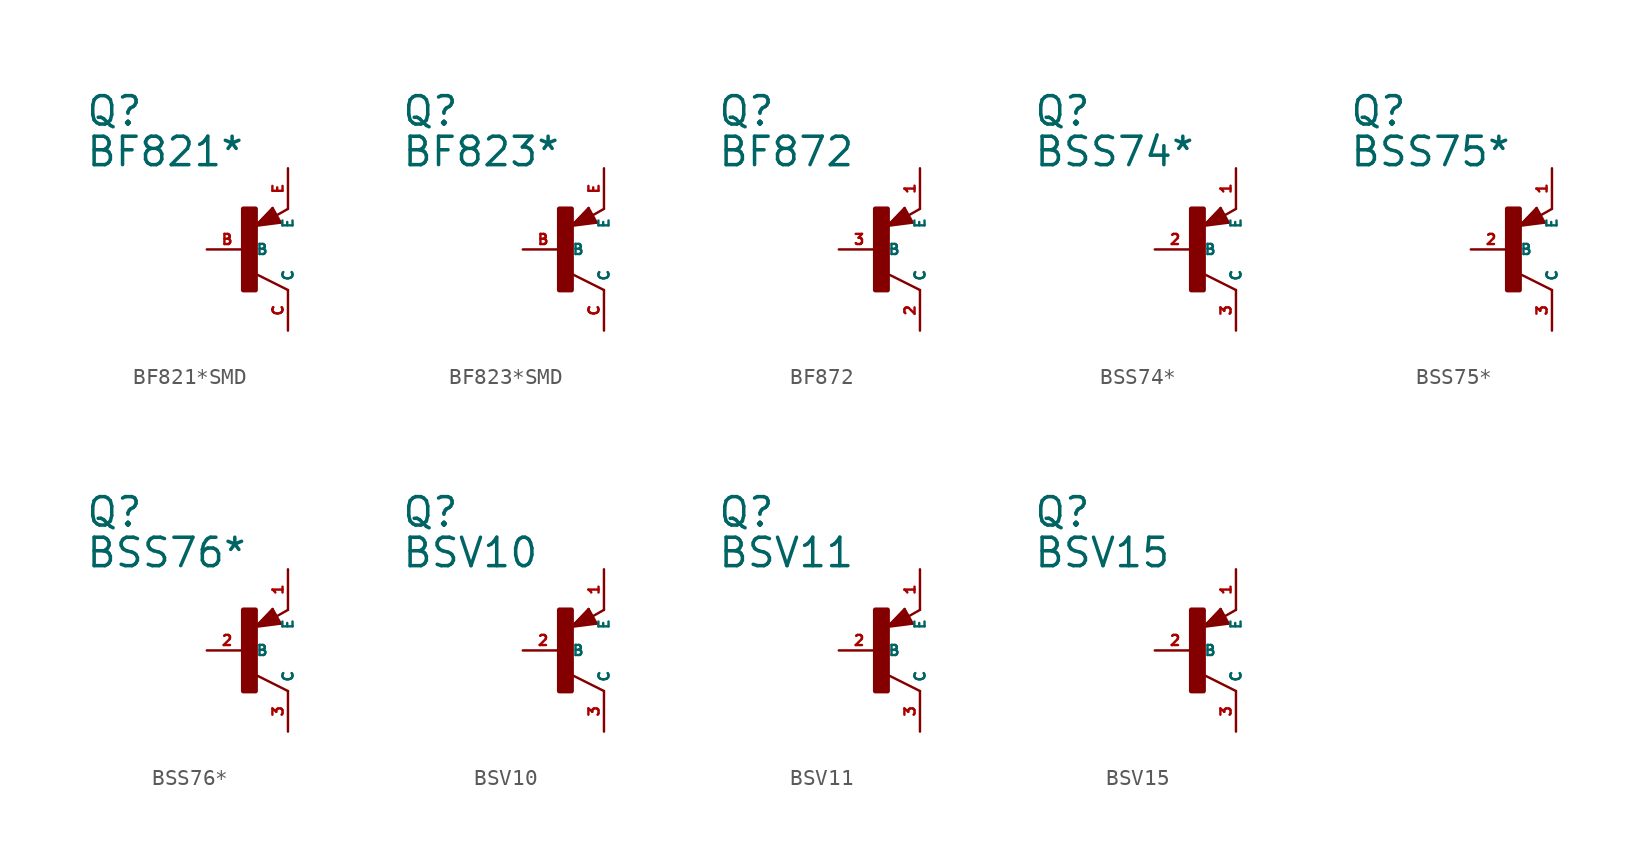
<source format=kicad_sym>
(kicad_symbol_lib
  (version 20220914)
  (generator Eagle2Kicad)
  (symbol "BF821*SMD"
    (property "Reference" "Q"
      (at -10.16 7.62 0)
      (effects (font (size 1.778 1.778) (thickness 0.22)) (justify left bottom)))
    (property "Value" "BF821*"
      (at -10.16 5.08 0)
      (effects (font (size 1.778 1.778) (thickness 0.22)) (justify left bottom)))
    (polyline
      (pts (xy 2.086 1.678) (xy 1.578 2.594))
      (stroke (width 0.152) (type default))
      (fill (type none)))
    (polyline
      (pts (xy 1.578 2.594) (xy 0.516 1.478))
      (stroke (width 0.152) (type default))
      (fill (type none)))
    (polyline
      (pts (xy 0.516 1.478) (xy 2.086 1.678))
      (stroke (width 0.152) (type default))
      (fill (type none)))
    (polyline
      (pts (xy 2.54 2.54) (xy 1.808 2.124))
      (stroke (width 0.152) (type default))
      (fill (type none)))
    (polyline
      (pts (xy 2.54 -2.54) (xy 0.508 -1.524))
      (stroke (width 0.152) (type default))
      (fill (type none)))
    (polyline
      (pts (xy 1.905 1.778) (xy 1.524 2.413))
      (stroke (width 0.254) (type default))
      (fill (type none)))
    (polyline
      (pts (xy 1.524 2.413) (xy 0.762 1.651))
      (stroke (width 0.254) (type default))
      (fill (type none)))
    (polyline
      (pts (xy 0.762 1.651) (xy 1.778 1.778))
      (stroke (width 0.254) (type default))
      (fill (type none)))
    (polyline
      (pts (xy 1.778 1.778) (xy 1.524 2.159))
      (stroke (width 0.254) (type default))
      (fill (type none)))
    (polyline
      (pts (xy 1.524 2.159) (xy 1.143 1.905))
      (stroke (width 0.254) (type default))
      (fill (type none)))
    (polyline
      (pts (xy 1.143 1.905) (xy 1.524 1.905))
      (stroke (width 0.254) (type default))
      (fill (type none)))
    (rectangle
      (start -0.254 -2.54)
      (end 0.508 2.54)
      (stroke (width 0.3) (type default))
      (fill (type outline)))
    (pin passive line
      (at -2.54 0 0)
      (length 2.54)
      (name "B" (effects (font (size 0.635 0.635) (thickness 0.08)) (justify left bottom)))
      (number "B" (effects (font (size 0.635 0.635) (thickness 0.08)) (justify left bottom))))
    (pin passive line
      (at 2.54 5.08 270)
      (length 2.54)
      (name "E" (effects (font (size 0.635 0.635) (thickness 0.08)) (justify left bottom)))
      (number "E" (effects (font (size 0.635 0.635) (thickness 0.08)) (justify left bottom))))
    (pin passive line
      (at 2.54 -5.08 90)
      (length 2.54)
      (name "C" (effects (font (size 0.635 0.635) (thickness 0.08)) (justify left bottom)))
      (number "C" (effects (font (size 0.635 0.635) (thickness 0.08)) (justify left bottom)))))
  (symbol "BF823*SMD"
    (property "Reference" "Q"
      (at -10.16 7.62 0)
      (effects (font (size 1.778 1.778) (thickness 0.22)) (justify left bottom)))
    (property "Value" "BF823*"
      (at -10.16 5.08 0)
      (effects (font (size 1.778 1.778) (thickness 0.22)) (justify left bottom)))
    (polyline
      (pts (xy 2.086 1.678) (xy 1.578 2.594))
      (stroke (width 0.152) (type default))
      (fill (type none)))
    (polyline
      (pts (xy 1.578 2.594) (xy 0.516 1.478))
      (stroke (width 0.152) (type default))
      (fill (type none)))
    (polyline
      (pts (xy 0.516 1.478) (xy 2.086 1.678))
      (stroke (width 0.152) (type default))
      (fill (type none)))
    (polyline
      (pts (xy 2.54 2.54) (xy 1.808 2.124))
      (stroke (width 0.152) (type default))
      (fill (type none)))
    (polyline
      (pts (xy 2.54 -2.54) (xy 0.508 -1.524))
      (stroke (width 0.152) (type default))
      (fill (type none)))
    (polyline
      (pts (xy 1.905 1.778) (xy 1.524 2.413))
      (stroke (width 0.254) (type default))
      (fill (type none)))
    (polyline
      (pts (xy 1.524 2.413) (xy 0.762 1.651))
      (stroke (width 0.254) (type default))
      (fill (type none)))
    (polyline
      (pts (xy 0.762 1.651) (xy 1.778 1.778))
      (stroke (width 0.254) (type default))
      (fill (type none)))
    (polyline
      (pts (xy 1.778 1.778) (xy 1.524 2.159))
      (stroke (width 0.254) (type default))
      (fill (type none)))
    (polyline
      (pts (xy 1.524 2.159) (xy 1.143 1.905))
      (stroke (width 0.254) (type default))
      (fill (type none)))
    (polyline
      (pts (xy 1.143 1.905) (xy 1.524 1.905))
      (stroke (width 0.254) (type default))
      (fill (type none)))
    (rectangle
      (start -0.254 -2.54)
      (end 0.508 2.54)
      (stroke (width 0.3) (type default))
      (fill (type outline)))
    (pin passive line
      (at -2.54 0 0)
      (length 2.54)
      (name "B" (effects (font (size 0.635 0.635) (thickness 0.08)) (justify left bottom)))
      (number "B" (effects (font (size 0.635 0.635) (thickness 0.08)) (justify left bottom))))
    (pin passive line
      (at 2.54 5.08 270)
      (length 2.54)
      (name "E" (effects (font (size 0.635 0.635) (thickness 0.08)) (justify left bottom)))
      (number "E" (effects (font (size 0.635 0.635) (thickness 0.08)) (justify left bottom))))
    (pin passive line
      (at 2.54 -5.08 90)
      (length 2.54)
      (name "C" (effects (font (size 0.635 0.635) (thickness 0.08)) (justify left bottom)))
      (number "C" (effects (font (size 0.635 0.635) (thickness 0.08)) (justify left bottom)))))
  (symbol "BF872"
    (property "Reference" "Q"
      (at -10.16 7.62 0)
      (effects (font (size 1.778 1.778) (thickness 0.22)) (justify left bottom)))
    (property "Value" "BF872"
      (at -10.16 5.08 0)
      (effects (font (size 1.778 1.778) (thickness 0.22)) (justify left bottom)))
    (polyline
      (pts (xy 2.086 1.678) (xy 1.578 2.594))
      (stroke (width 0.152) (type default))
      (fill (type none)))
    (polyline
      (pts (xy 1.578 2.594) (xy 0.516 1.478))
      (stroke (width 0.152) (type default))
      (fill (type none)))
    (polyline
      (pts (xy 0.516 1.478) (xy 2.086 1.678))
      (stroke (width 0.152) (type default))
      (fill (type none)))
    (polyline
      (pts (xy 2.54 2.54) (xy 1.808 2.124))
      (stroke (width 0.152) (type default))
      (fill (type none)))
    (polyline
      (pts (xy 2.54 -2.54) (xy 0.508 -1.524))
      (stroke (width 0.152) (type default))
      (fill (type none)))
    (polyline
      (pts (xy 1.905 1.778) (xy 1.524 2.413))
      (stroke (width 0.254) (type default))
      (fill (type none)))
    (polyline
      (pts (xy 1.524 2.413) (xy 0.762 1.651))
      (stroke (width 0.254) (type default))
      (fill (type none)))
    (polyline
      (pts (xy 0.762 1.651) (xy 1.778 1.778))
      (stroke (width 0.254) (type default))
      (fill (type none)))
    (polyline
      (pts (xy 1.778 1.778) (xy 1.524 2.159))
      (stroke (width 0.254) (type default))
      (fill (type none)))
    (polyline
      (pts (xy 1.524 2.159) (xy 1.143 1.905))
      (stroke (width 0.254) (type default))
      (fill (type none)))
    (polyline
      (pts (xy 1.143 1.905) (xy 1.524 1.905))
      (stroke (width 0.254) (type default))
      (fill (type none)))
    (rectangle
      (start -0.254 -2.54)
      (end 0.508 2.54)
      (stroke (width 0.3) (type default))
      (fill (type outline)))
    (pin passive line
      (at -2.54 0 0)
      (length 2.54)
      (name "B" (effects (font (size 0.635 0.635) (thickness 0.08)) (justify left bottom)))
      (number "3" (effects (font (size 0.635 0.635) (thickness 0.08)) (justify left bottom))))
    (pin passive line
      (at 2.54 5.08 270)
      (length 2.54)
      (name "E" (effects (font (size 0.635 0.635) (thickness 0.08)) (justify left bottom)))
      (number "1" (effects (font (size 0.635 0.635) (thickness 0.08)) (justify left bottom))))
    (pin passive line
      (at 2.54 -5.08 90)
      (length 2.54)
      (name "C" (effects (font (size 0.635 0.635) (thickness 0.08)) (justify left bottom)))
      (number "2" (effects (font (size 0.635 0.635) (thickness 0.08)) (justify left bottom)))))
  (symbol "BSS74*"
    (property "Reference" "Q"
      (at -10.16 7.62 0)
      (effects (font (size 1.778 1.778) (thickness 0.22)) (justify left bottom)))
    (property "Value" "BSS74*"
      (at -10.16 5.08 0)
      (effects (font (size 1.778 1.778) (thickness 0.22)) (justify left bottom)))
    (polyline
      (pts (xy 2.086 1.678) (xy 1.578 2.594))
      (stroke (width 0.152) (type default))
      (fill (type none)))
    (polyline
      (pts (xy 1.578 2.594) (xy 0.516 1.478))
      (stroke (width 0.152) (type default))
      (fill (type none)))
    (polyline
      (pts (xy 0.516 1.478) (xy 2.086 1.678))
      (stroke (width 0.152) (type default))
      (fill (type none)))
    (polyline
      (pts (xy 2.54 2.54) (xy 1.808 2.124))
      (stroke (width 0.152) (type default))
      (fill (type none)))
    (polyline
      (pts (xy 2.54 -2.54) (xy 0.508 -1.524))
      (stroke (width 0.152) (type default))
      (fill (type none)))
    (polyline
      (pts (xy 1.905 1.778) (xy 1.524 2.413))
      (stroke (width 0.254) (type default))
      (fill (type none)))
    (polyline
      (pts (xy 1.524 2.413) (xy 0.762 1.651))
      (stroke (width 0.254) (type default))
      (fill (type none)))
    (polyline
      (pts (xy 0.762 1.651) (xy 1.778 1.778))
      (stroke (width 0.254) (type default))
      (fill (type none)))
    (polyline
      (pts (xy 1.778 1.778) (xy 1.524 2.159))
      (stroke (width 0.254) (type default))
      (fill (type none)))
    (polyline
      (pts (xy 1.524 2.159) (xy 1.143 1.905))
      (stroke (width 0.254) (type default))
      (fill (type none)))
    (polyline
      (pts (xy 1.143 1.905) (xy 1.524 1.905))
      (stroke (width 0.254) (type default))
      (fill (type none)))
    (rectangle
      (start -0.254 -2.54)
      (end 0.508 2.54)
      (stroke (width 0.3) (type default))
      (fill (type outline)))
    (pin passive line
      (at -2.54 0 0)
      (length 2.54)
      (name "B" (effects (font (size 0.635 0.635) (thickness 0.08)) (justify left bottom)))
      (number "2" (effects (font (size 0.635 0.635) (thickness 0.08)) (justify left bottom))))
    (pin passive line
      (at 2.54 5.08 270)
      (length 2.54)
      (name "E" (effects (font (size 0.635 0.635) (thickness 0.08)) (justify left bottom)))
      (number "1" (effects (font (size 0.635 0.635) (thickness 0.08)) (justify left bottom))))
    (pin passive line
      (at 2.54 -5.08 90)
      (length 2.54)
      (name "C" (effects (font (size 0.635 0.635) (thickness 0.08)) (justify left bottom)))
      (number "3" (effects (font (size 0.635 0.635) (thickness 0.08)) (justify left bottom)))))
  (symbol "BSS75*"
    (property "Reference" "Q"
      (at -10.16 7.62 0)
      (effects (font (size 1.778 1.778) (thickness 0.22)) (justify left bottom)))
    (property "Value" "BSS75*"
      (at -10.16 5.08 0)
      (effects (font (size 1.778 1.778) (thickness 0.22)) (justify left bottom)))
    (polyline
      (pts (xy 2.086 1.678) (xy 1.578 2.594))
      (stroke (width 0.152) (type default))
      (fill (type none)))
    (polyline
      (pts (xy 1.578 2.594) (xy 0.516 1.478))
      (stroke (width 0.152) (type default))
      (fill (type none)))
    (polyline
      (pts (xy 0.516 1.478) (xy 2.086 1.678))
      (stroke (width 0.152) (type default))
      (fill (type none)))
    (polyline
      (pts (xy 2.54 2.54) (xy 1.808 2.124))
      (stroke (width 0.152) (type default))
      (fill (type none)))
    (polyline
      (pts (xy 2.54 -2.54) (xy 0.508 -1.524))
      (stroke (width 0.152) (type default))
      (fill (type none)))
    (polyline
      (pts (xy 1.905 1.778) (xy 1.524 2.413))
      (stroke (width 0.254) (type default))
      (fill (type none)))
    (polyline
      (pts (xy 1.524 2.413) (xy 0.762 1.651))
      (stroke (width 0.254) (type default))
      (fill (type none)))
    (polyline
      (pts (xy 0.762 1.651) (xy 1.778 1.778))
      (stroke (width 0.254) (type default))
      (fill (type none)))
    (polyline
      (pts (xy 1.778 1.778) (xy 1.524 2.159))
      (stroke (width 0.254) (type default))
      (fill (type none)))
    (polyline
      (pts (xy 1.524 2.159) (xy 1.143 1.905))
      (stroke (width 0.254) (type default))
      (fill (type none)))
    (polyline
      (pts (xy 1.143 1.905) (xy 1.524 1.905))
      (stroke (width 0.254) (type default))
      (fill (type none)))
    (rectangle
      (start -0.254 -2.54)
      (end 0.508 2.54)
      (stroke (width 0.3) (type default))
      (fill (type outline)))
    (pin passive line
      (at -2.54 0 0)
      (length 2.54)
      (name "B" (effects (font (size 0.635 0.635) (thickness 0.08)) (justify left bottom)))
      (number "2" (effects (font (size 0.635 0.635) (thickness 0.08)) (justify left bottom))))
    (pin passive line
      (at 2.54 5.08 270)
      (length 2.54)
      (name "E" (effects (font (size 0.635 0.635) (thickness 0.08)) (justify left bottom)))
      (number "1" (effects (font (size 0.635 0.635) (thickness 0.08)) (justify left bottom))))
    (pin passive line
      (at 2.54 -5.08 90)
      (length 2.54)
      (name "C" (effects (font (size 0.635 0.635) (thickness 0.08)) (justify left bottom)))
      (number "3" (effects (font (size 0.635 0.635) (thickness 0.08)) (justify left bottom)))))
  (symbol "BSS76*"
    (property "Reference" "Q"
      (at -10.16 7.62 0)
      (effects (font (size 1.778 1.778) (thickness 0.22)) (justify left bottom)))
    (property "Value" "BSS76*"
      (at -10.16 5.08 0)
      (effects (font (size 1.778 1.778) (thickness 0.22)) (justify left bottom)))
    (polyline
      (pts (xy 2.086 1.678) (xy 1.578 2.594))
      (stroke (width 0.152) (type default))
      (fill (type none)))
    (polyline
      (pts (xy 1.578 2.594) (xy 0.516 1.478))
      (stroke (width 0.152) (type default))
      (fill (type none)))
    (polyline
      (pts (xy 0.516 1.478) (xy 2.086 1.678))
      (stroke (width 0.152) (type default))
      (fill (type none)))
    (polyline
      (pts (xy 2.54 2.54) (xy 1.808 2.124))
      (stroke (width 0.152) (type default))
      (fill (type none)))
    (polyline
      (pts (xy 2.54 -2.54) (xy 0.508 -1.524))
      (stroke (width 0.152) (type default))
      (fill (type none)))
    (polyline
      (pts (xy 1.905 1.778) (xy 1.524 2.413))
      (stroke (width 0.254) (type default))
      (fill (type none)))
    (polyline
      (pts (xy 1.524 2.413) (xy 0.762 1.651))
      (stroke (width 0.254) (type default))
      (fill (type none)))
    (polyline
      (pts (xy 0.762 1.651) (xy 1.778 1.778))
      (stroke (width 0.254) (type default))
      (fill (type none)))
    (polyline
      (pts (xy 1.778 1.778) (xy 1.524 2.159))
      (stroke (width 0.254) (type default))
      (fill (type none)))
    (polyline
      (pts (xy 1.524 2.159) (xy 1.143 1.905))
      (stroke (width 0.254) (type default))
      (fill (type none)))
    (polyline
      (pts (xy 1.143 1.905) (xy 1.524 1.905))
      (stroke (width 0.254) (type default))
      (fill (type none)))
    (rectangle
      (start -0.254 -2.54)
      (end 0.508 2.54)
      (stroke (width 0.3) (type default))
      (fill (type outline)))
    (pin passive line
      (at -2.54 0 0)
      (length 2.54)
      (name "B" (effects (font (size 0.635 0.635) (thickness 0.08)) (justify left bottom)))
      (number "2" (effects (font (size 0.635 0.635) (thickness 0.08)) (justify left bottom))))
    (pin passive line
      (at 2.54 5.08 270)
      (length 2.54)
      (name "E" (effects (font (size 0.635 0.635) (thickness 0.08)) (justify left bottom)))
      (number "1" (effects (font (size 0.635 0.635) (thickness 0.08)) (justify left bottom))))
    (pin passive line
      (at 2.54 -5.08 90)
      (length 2.54)
      (name "C" (effects (font (size 0.635 0.635) (thickness 0.08)) (justify left bottom)))
      (number "3" (effects (font (size 0.635 0.635) (thickness 0.08)) (justify left bottom)))))
  (symbol "BSV10"
    (property "Reference" "Q"
      (at -10.16 7.62 0)
      (effects (font (size 1.778 1.778) (thickness 0.22)) (justify left bottom)))
    (property "Value" "BSV10"
      (at -10.16 5.08 0)
      (effects (font (size 1.778 1.778) (thickness 0.22)) (justify left bottom)))
    (polyline
      (pts (xy 2.086 1.678) (xy 1.578 2.594))
      (stroke (width 0.152) (type default))
      (fill (type none)))
    (polyline
      (pts (xy 1.578 2.594) (xy 0.516 1.478))
      (stroke (width 0.152) (type default))
      (fill (type none)))
    (polyline
      (pts (xy 0.516 1.478) (xy 2.086 1.678))
      (stroke (width 0.152) (type default))
      (fill (type none)))
    (polyline
      (pts (xy 2.54 2.54) (xy 1.808 2.124))
      (stroke (width 0.152) (type default))
      (fill (type none)))
    (polyline
      (pts (xy 2.54 -2.54) (xy 0.508 -1.524))
      (stroke (width 0.152) (type default))
      (fill (type none)))
    (polyline
      (pts (xy 1.905 1.778) (xy 1.524 2.413))
      (stroke (width 0.254) (type default))
      (fill (type none)))
    (polyline
      (pts (xy 1.524 2.413) (xy 0.762 1.651))
      (stroke (width 0.254) (type default))
      (fill (type none)))
    (polyline
      (pts (xy 0.762 1.651) (xy 1.778 1.778))
      (stroke (width 0.254) (type default))
      (fill (type none)))
    (polyline
      (pts (xy 1.778 1.778) (xy 1.524 2.159))
      (stroke (width 0.254) (type default))
      (fill (type none)))
    (polyline
      (pts (xy 1.524 2.159) (xy 1.143 1.905))
      (stroke (width 0.254) (type default))
      (fill (type none)))
    (polyline
      (pts (xy 1.143 1.905) (xy 1.524 1.905))
      (stroke (width 0.254) (type default))
      (fill (type none)))
    (rectangle
      (start -0.254 -2.54)
      (end 0.508 2.54)
      (stroke (width 0.3) (type default))
      (fill (type outline)))
    (pin passive line
      (at -2.54 0 0)
      (length 2.54)
      (name "B" (effects (font (size 0.635 0.635) (thickness 0.08)) (justify left bottom)))
      (number "2" (effects (font (size 0.635 0.635) (thickness 0.08)) (justify left bottom))))
    (pin passive line
      (at 2.54 5.08 270)
      (length 2.54)
      (name "E" (effects (font (size 0.635 0.635) (thickness 0.08)) (justify left bottom)))
      (number "1" (effects (font (size 0.635 0.635) (thickness 0.08)) (justify left bottom))))
    (pin passive line
      (at 2.54 -5.08 90)
      (length 2.54)
      (name "C" (effects (font (size 0.635 0.635) (thickness 0.08)) (justify left bottom)))
      (number "3" (effects (font (size 0.635 0.635) (thickness 0.08)) (justify left bottom)))))
  (symbol "BSV11"
    (property "Reference" "Q"
      (at -10.16 7.62 0)
      (effects (font (size 1.778 1.778) (thickness 0.22)) (justify left bottom)))
    (property "Value" "BSV11"
      (at -10.16 5.08 0)
      (effects (font (size 1.778 1.778) (thickness 0.22)) (justify left bottom)))
    (polyline
      (pts (xy 2.086 1.678) (xy 1.578 2.594))
      (stroke (width 0.152) (type default))
      (fill (type none)))
    (polyline
      (pts (xy 1.578 2.594) (xy 0.516 1.478))
      (stroke (width 0.152) (type default))
      (fill (type none)))
    (polyline
      (pts (xy 0.516 1.478) (xy 2.086 1.678))
      (stroke (width 0.152) (type default))
      (fill (type none)))
    (polyline
      (pts (xy 2.54 2.54) (xy 1.808 2.124))
      (stroke (width 0.152) (type default))
      (fill (type none)))
    (polyline
      (pts (xy 2.54 -2.54) (xy 0.508 -1.524))
      (stroke (width 0.152) (type default))
      (fill (type none)))
    (polyline
      (pts (xy 1.905 1.778) (xy 1.524 2.413))
      (stroke (width 0.254) (type default))
      (fill (type none)))
    (polyline
      (pts (xy 1.524 2.413) (xy 0.762 1.651))
      (stroke (width 0.254) (type default))
      (fill (type none)))
    (polyline
      (pts (xy 0.762 1.651) (xy 1.778 1.778))
      (stroke (width 0.254) (type default))
      (fill (type none)))
    (polyline
      (pts (xy 1.778 1.778) (xy 1.524 2.159))
      (stroke (width 0.254) (type default))
      (fill (type none)))
    (polyline
      (pts (xy 1.524 2.159) (xy 1.143 1.905))
      (stroke (width 0.254) (type default))
      (fill (type none)))
    (polyline
      (pts (xy 1.143 1.905) (xy 1.524 1.905))
      (stroke (width 0.254) (type default))
      (fill (type none)))
    (rectangle
      (start -0.254 -2.54)
      (end 0.508 2.54)
      (stroke (width 0.3) (type default))
      (fill (type outline)))
    (pin passive line
      (at -2.54 0 0)
      (length 2.54)
      (name "B" (effects (font (size 0.635 0.635) (thickness 0.08)) (justify left bottom)))
      (number "2" (effects (font (size 0.635 0.635) (thickness 0.08)) (justify left bottom))))
    (pin passive line
      (at 2.54 5.08 270)
      (length 2.54)
      (name "E" (effects (font (size 0.635 0.635) (thickness 0.08)) (justify left bottom)))
      (number "1" (effects (font (size 0.635 0.635) (thickness 0.08)) (justify left bottom))))
    (pin passive line
      (at 2.54 -5.08 90)
      (length 2.54)
      (name "C" (effects (font (size 0.635 0.635) (thickness 0.08)) (justify left bottom)))
      (number "3" (effects (font (size 0.635 0.635) (thickness 0.08)) (justify left bottom)))))
  (symbol "BSV15"
    (property "Reference" "Q"
      (at -10.16 7.62 0)
      (effects (font (size 1.778 1.778) (thickness 0.22)) (justify left bottom)))
    (property "Value" "BSV15"
      (at -10.16 5.08 0)
      (effects (font (size 1.778 1.778) (thickness 0.22)) (justify left bottom)))
    (polyline
      (pts (xy 2.086 1.678) (xy 1.578 2.594))
      (stroke (width 0.152) (type default))
      (fill (type none)))
    (polyline
      (pts (xy 1.578 2.594) (xy 0.516 1.478))
      (stroke (width 0.152) (type default))
      (fill (type none)))
    (polyline
      (pts (xy 0.516 1.478) (xy 2.086 1.678))
      (stroke (width 0.152) (type default))
      (fill (type none)))
    (polyline
      (pts (xy 2.54 2.54) (xy 1.808 2.124))
      (stroke (width 0.152) (type default))
      (fill (type none)))
    (polyline
      (pts (xy 2.54 -2.54) (xy 0.508 -1.524))
      (stroke (width 0.152) (type default))
      (fill (type none)))
    (polyline
      (pts (xy 1.905 1.778) (xy 1.524 2.413))
      (stroke (width 0.254) (type default))
      (fill (type none)))
    (polyline
      (pts (xy 1.524 2.413) (xy 0.762 1.651))
      (stroke (width 0.254) (type default))
      (fill (type none)))
    (polyline
      (pts (xy 0.762 1.651) (xy 1.778 1.778))
      (stroke (width 0.254) (type default))
      (fill (type none)))
    (polyline
      (pts (xy 1.778 1.778) (xy 1.524 2.159))
      (stroke (width 0.254) (type default))
      (fill (type none)))
    (polyline
      (pts (xy 1.524 2.159) (xy 1.143 1.905))
      (stroke (width 0.254) (type default))
      (fill (type none)))
    (polyline
      (pts (xy 1.143 1.905) (xy 1.524 1.905))
      (stroke (width 0.254) (type default))
      (fill (type none)))
    (rectangle
      (start -0.254 -2.54)
      (end 0.508 2.54)
      (stroke (width 0.3) (type default))
      (fill (type outline)))
    (pin passive line
      (at -2.54 0 0)
      (length 2.54)
      (name "B" (effects (font (size 0.635 0.635) (thickness 0.08)) (justify left bottom)))
      (number "2" (effects (font (size 0.635 0.635) (thickness 0.08)) (justify left bottom))))
    (pin passive line
      (at 2.54 5.08 270)
      (length 2.54)
      (name "E" (effects (font (size 0.635 0.635) (thickness 0.08)) (justify left bottom)))
      (number "1" (effects (font (size 0.635 0.635) (thickness 0.08)) (justify left bottom))))
    (pin passive line
      (at 2.54 -5.08 90)
      (length 2.54)
      (name "C" (effects (font (size 0.635 0.635) (thickness 0.08)) (justify left bottom)))
      (number "3" (effects (font (size 0.635 0.635) (thickness 0.08)) (justify left bottom))))))
</source>
